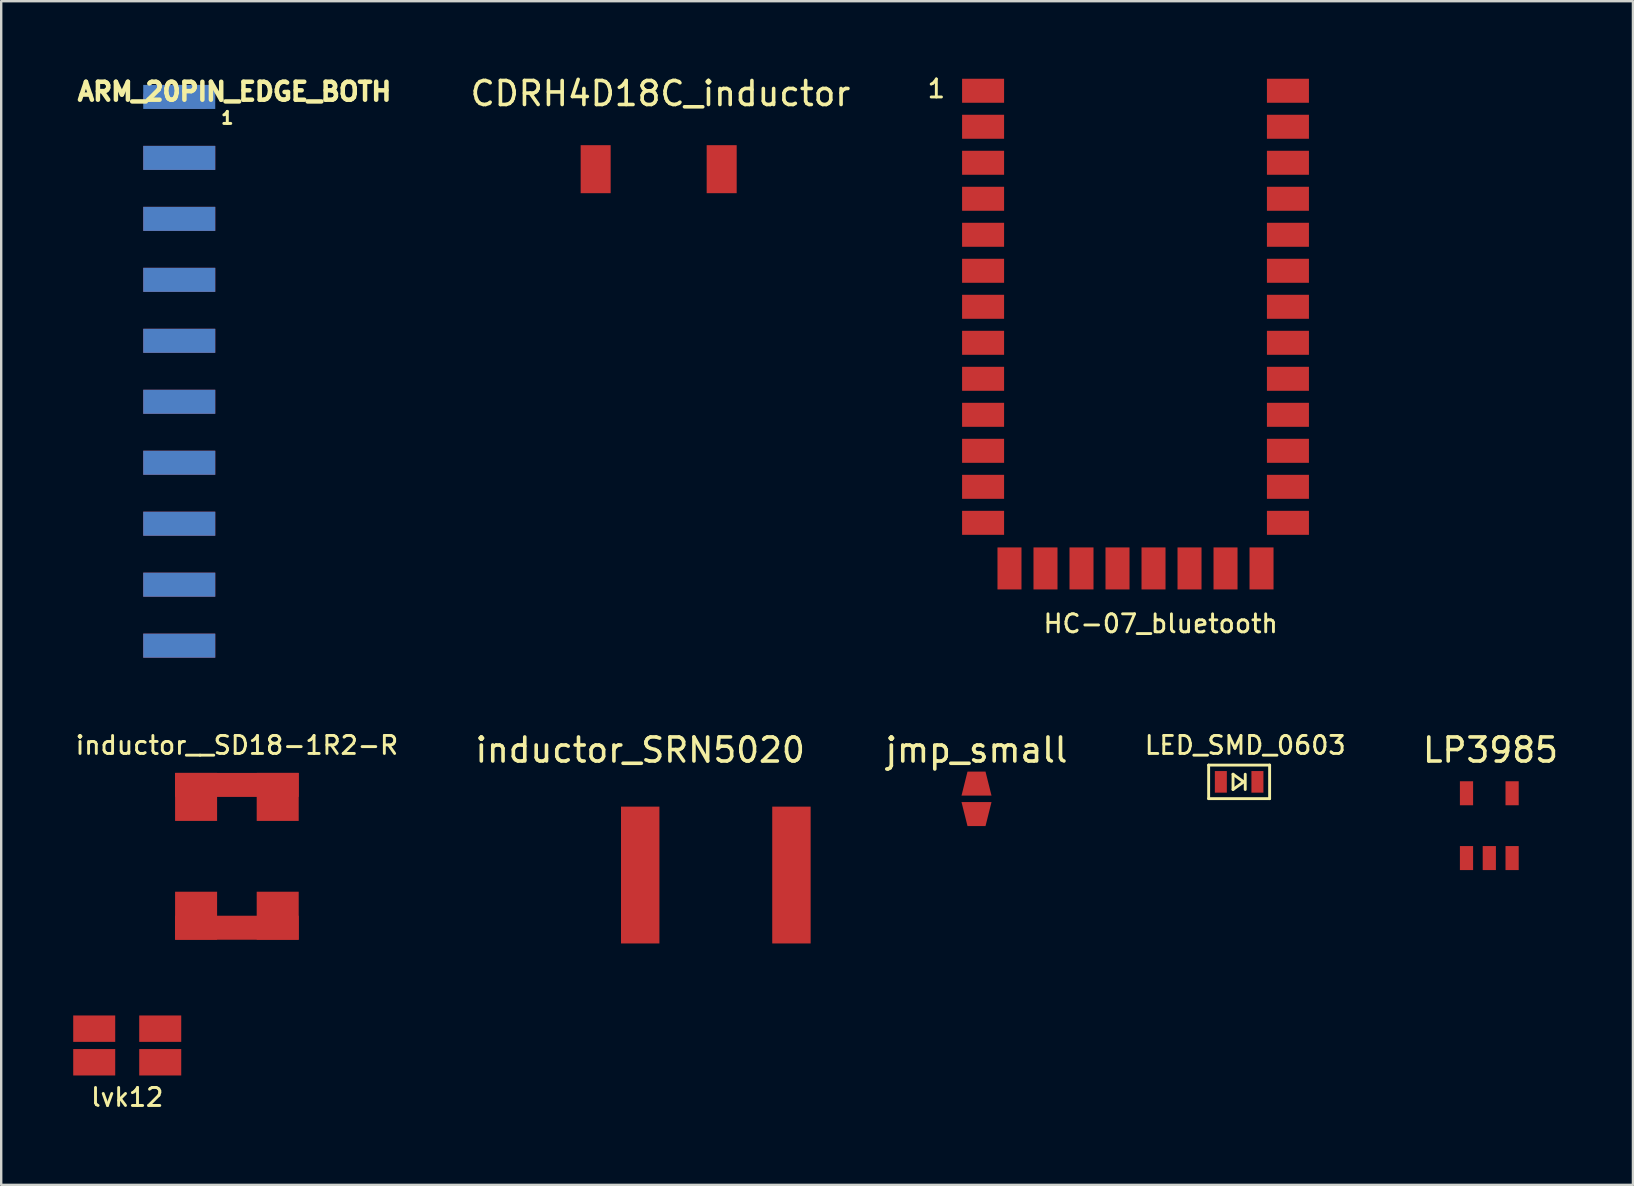
<source format=kicad_pcb>
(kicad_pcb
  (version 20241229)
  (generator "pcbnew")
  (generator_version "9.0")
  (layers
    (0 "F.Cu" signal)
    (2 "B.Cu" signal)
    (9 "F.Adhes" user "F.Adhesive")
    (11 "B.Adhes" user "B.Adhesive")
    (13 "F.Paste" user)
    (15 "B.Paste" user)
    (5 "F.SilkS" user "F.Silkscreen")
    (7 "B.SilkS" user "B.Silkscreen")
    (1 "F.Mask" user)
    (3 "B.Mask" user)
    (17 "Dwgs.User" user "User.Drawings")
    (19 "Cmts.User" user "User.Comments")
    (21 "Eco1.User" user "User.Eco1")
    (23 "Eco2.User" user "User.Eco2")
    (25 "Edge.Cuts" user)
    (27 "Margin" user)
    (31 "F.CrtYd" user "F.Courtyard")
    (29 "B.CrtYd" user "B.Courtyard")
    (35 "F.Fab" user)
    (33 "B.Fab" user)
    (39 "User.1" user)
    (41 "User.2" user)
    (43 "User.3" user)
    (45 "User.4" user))
  (footprint "inductor_SRN5020"
    (layer "F.Cu")
    (at 23.621 33.404)
    (property "Reference" "inductor_SRN5020" (at 0 -5.207 0) (layer "F.SilkS") (effects (font (size 1 1) (thickness 0.15))))
    (attr through_hole)
    (pad "1" smd rect (at 0 0) (size 1.6 5.7) (layers "F.Cu" "F.Mask" "F.Paste"))
    (pad "2" smd rect (at 6.3 0) (size 1.6 5.7) (layers "F.Cu" "F.Mask" "F.Paste")))
  (footprint "HC-07_bluetooth"
    (layer "F.Cu")
    (at 37.905 0.731)
    (property "Reference" "HC-07_bluetooth" (at 7.4 22.2 0) (layer "F.SilkS") (effects (font (size 0.75 0.75) (thickness 0.12))))
    (attr through_hole)
    (fp_text user "1" (at -1.948 -0.082 0) (layer "F.SilkS") (effects (font (size 0.75 0.75) (thickness 0.12))))
    (pad "1" smd rect (at 0 0) (size 1.75 1) (layers "F.Cu" "F.Mask" "F.Paste"))
    (pad "2" smd rect (at 0 1.5) (size 1.75 1) (layers "F.Cu" "F.Mask" "F.Paste"))
    (pad "3" smd rect (at 0 3) (size 1.75 1) (layers "F.Cu" "F.Mask" "F.Paste"))
    (pad "4" smd rect (at 0 4.5) (size 1.75 1) (layers "F.Cu" "F.Mask" "F.Paste"))
    (pad "5" smd rect (at 0 6) (size 1.75 1) (layers "F.Cu" "F.Mask" "F.Paste"))
    (pad "6" smd rect (at 0 7.5) (size 1.75 1) (layers "F.Cu" "F.Mask" "F.Paste"))
    (pad "7" smd rect (at 0 9) (size 1.75 1) (layers "F.Cu" "F.Mask" "F.Paste"))
    (pad "8" smd rect (at 0 10.5) (size 1.75 1) (layers "F.Cu" "F.Mask" "F.Paste"))
    (pad "9" smd rect (at 0 12) (size 1.75 1) (layers "F.Cu" "F.Mask" "F.Paste"))
    (pad "10" smd rect (at 0 13.5) (size 1.75 1) (layers "F.Cu" "F.Mask" "F.Paste"))
    (pad "11" smd rect (at 0 15) (size 1.75 1) (layers "F.Cu" "F.Mask" "F.Paste"))
    (pad "12" smd rect (at 0 16.5) (size 1.75 1) (layers "F.Cu" "F.Mask" "F.Paste"))
    (pad "13" smd rect (at 0 18) (size 1.75 1) (layers "F.Cu" "F.Mask" "F.Paste"))
    (pad "14" smd rect (at 1.1 19.9) (size 1 1.75) (layers "F.Cu" "F.Mask" "F.Paste"))
    (pad "15" smd rect (at 2.6 19.9) (size 1 1.75) (layers "F.Cu" "F.Mask" "F.Paste"))
    (pad "16" smd rect (at 4.1 19.9) (size 1 1.75) (layers "F.Cu" "F.Mask" "F.Paste"))
    (pad "17" smd rect (at 5.6 19.9) (size 1 1.75) (layers "F.Cu" "F.Mask" "F.Paste"))
    (pad "18" smd rect (at 7.1 19.9) (size 1 1.75) (layers "F.Cu" "F.Mask" "F.Paste"))
    (pad "19" smd rect (at 8.6 19.9) (size 1 1.75) (layers "F.Cu" "F.Mask" "F.Paste"))
    (pad "20" smd rect (at 10.1 19.9) (size 1 1.75) (layers "F.Cu" "F.Mask" "F.Paste"))
    (pad "21" smd rect (at 11.6 19.9) (size 1 1.75) (layers "F.Cu" "F.Mask" "F.Paste"))
    (pad "22" smd rect (at 12.7 18) (size 1.75 1) (layers "F.Cu" "F.Mask" "F.Paste"))
    (pad "23" smd rect (at 12.7 16.5) (size 1.75 1) (layers "F.Cu" "F.Mask" "F.Paste"))
    (pad "24" smd rect (at 12.7 15) (size 1.75 1) (layers "F.Cu" "F.Mask" "F.Paste"))
    (pad "25" smd rect (at 12.7 13.5) (size 1.75 1) (layers "F.Cu" "F.Mask" "F.Paste"))
    (pad "26" smd rect (at 12.7 12) (size 1.75 1) (layers "F.Cu" "F.Mask" "F.Paste"))
    (pad "27" smd rect (at 12.7 10.5) (size 1.75 1) (layers "F.Cu" "F.Mask" "F.Paste"))
    (pad "28" smd rect (at 12.7 9) (size 1.75 1) (layers "F.Cu" "F.Mask" "F.Paste"))
    (pad "29" smd rect (at 12.7 7.5) (size 1.75 1) (layers "F.Cu" "F.Mask" "F.Paste"))
    (pad "30" smd rect (at 12.7 6) (size 1.75 1) (layers "F.Cu" "F.Mask" "F.Paste"))
    (pad "31" smd rect (at 12.7 4.5) (size 1.75 1) (layers "F.Cu" "F.Mask" "F.Paste"))
    (pad "32" smd rect (at 12.7 3) (size 1.75 1) (layers "F.Cu" "F.Mask" "F.Paste"))
    (pad "33" smd rect (at 12.7 1.5) (size 1.75 1) (layers "F.Cu" "F.Mask" "F.Paste"))
    (pad "34" smd rect (at 12.7 0) (size 1.75 1) (layers "F.Cu" "F.Mask" "F.Paste")))
  (footprint "jmp_small"
    (layer "F.Cu")
    (at 37.631 30.229)
    (property "Reference" "jmp_small" (at 0 -2.032 0) (layer "F.SilkS") (effects (font (size 1 1) (thickness 0.15))))
    (attr through_hole)
    (pad "1" smd trapezoid (at 0 -0.635) (size 1 1) (rect_delta 0 0.25) (layers "F.Cu" "F.Mask" "F.Paste"))
    (pad "2" smd trapezoid (at 0 0.635) (size 1 1) (rect_delta 0 -0.25) (layers "F.Cu" "F.Mask" "F.Paste")))
  (footprint "LED_SMD_0603"
    (layer "F.Cu")
    (at 49.334 29.522)
    (property "Reference" "LED_SMD_0603" (at -0.508 -1.524 0) (layer "F.SilkS") (effects (font (size 0.75 0.75) (thickness 0.12))))
    (attr through_hole)
    (fp_line (start -2.032 -0.699) (end -2.032 0.699) (stroke (width 0.12) (type solid)) (layer "F.SilkS"))
    (fp_line (start -2.032 0.699) (end 0.508 0.699) (stroke (width 0.12) (type solid)) (layer "F.SilkS"))
    (fp_line (start -1.016 -0.318) (end -1.016 0.318) (stroke (width 0.12) (type solid)) (layer "F.SilkS"))
    (fp_line (start -1.016 0.318) (end -0.572 0) (stroke (width 0.12) (type solid)) (layer "F.SilkS"))
    (fp_line (start -0.572 0) (end -1.016 -0.318) (stroke (width 0.12) (type solid)) (layer "F.SilkS"))
    (fp_line (start -0.508 -0.318) (end -0.508 0.318) (stroke (width 0.12) (type solid)) (layer "F.SilkS"))
    (fp_line (start 0.508 -0.699) (end -2.032 -0.699) (stroke (width 0.12) (type solid)) (layer "F.SilkS"))
    (fp_line (start 0.508 -0.699) (end 0.508 0.699) (stroke (width 0.12) (type solid)) (layer "F.SilkS"))
    (pad "1" smd rect (at -1.524 0) (size 0.5 0.9) (layers "F.Cu" "F.Mask" "F.Paste"))
    (pad "2" smd rect (at 0 0) (size 0.5 0.9) (layers "F.Cu" "F.Mask" "F.Paste")))
  (footprint "CDRH4D18C_inductor"
    (layer "F.Cu")
    (at 21.765 3.998)
    (property "Reference" "CDRH4D18C_inductor" (at 2.7 -3.15 0) (layer "F.SilkS") (effects (font (size 1 1) (thickness 0.15))))
    (attr through_hole)
    (pad "1" smd rect (at 0 0) (size 1.25 2) (layers "F.Cu" "F.Mask" "F.Paste"))
    (pad "2" smd rect (at 5.25 0) (size 1.25 2) (layers "F.Cu" "F.Mask" "F.Paste")))
  (footprint "ARM_20PIN_EDGE_BOTH"
    (layer "F.Cu")
    (at 4.417 6.068)
    (property "Reference" "ARM_20PIN_EDGE_BOTH" (at 2.301 -5.301 0) (layer "F.SilkS") (effects (font (size 0.749 0.749) (thickness 0.188))))
    (attr through_hole)
    (fp_text user "1" (at 2.002 -4.201 0) (layer "F.SilkS") (effects (font (size 0.5 0.5) (thickness 0.124))))
    (pad "1" smd oval (at 0 -5.08) (size 3 1.001) (layers "F.Cu" "F.Mask" "F.Paste"))
    (pad "2" smd rect (at 0 -5.08) (size 3 1.001) (layers "B.Cu" "B.Mask" "B.Paste"))
    (pad "3" smd rect (at 0 -2.54) (size 3 1.001) (layers "F.Cu" "F.Mask" "F.Paste"))
    (pad "4" smd rect (at 0 -2.54) (size 3 1.001) (layers "B.Cu" "B.Mask" "B.Paste"))
    (pad "5" smd rect (at 0 0) (size 3 1.001) (layers "F.Cu" "F.Mask" "F.Paste"))
    (pad "6" smd rect (at 0 0) (size 3 1.001) (layers "B.Cu" "B.Mask" "B.Paste"))
    (pad "7" smd rect (at 0 2.54) (size 3 1.001) (layers "F.Cu" "F.Mask" "F.Paste"))
    (pad "8" smd rect (at 0 2.54) (size 3 1.001) (layers "B.Cu" "B.Mask" "B.Paste"))
    (pad "9" smd rect (at 0 5.08) (size 3 1.001) (layers "F.Cu" "F.Mask" "F.Paste"))
    (pad "10" smd rect (at 0 5.08) (size 3 1.001) (layers "B.Cu" "B.Mask" "B.Paste"))
    (pad "11" smd rect (at 0 7.62) (size 3 1.001) (layers "F.Cu" "F.Mask" "F.Paste"))
    (pad "12" smd rect (at 0 7.62) (size 3 1.001) (layers "B.Cu" "B.Mask" "B.Paste"))
    (pad "13" smd rect (at 0 10.16) (size 3 1.001) (layers "F.Cu" "F.Mask" "F.Paste"))
    (pad "14" smd rect (at 0 10.16) (size 3 1.001) (layers "B.Cu" "B.Mask" "B.Paste"))
    (pad "15" smd rect (at 0 12.7) (size 3 1.001) (layers "F.Cu" "F.Mask" "F.Paste"))
    (pad "16" smd rect (at 0 12.7) (size 3 1.001) (layers "B.Cu" "B.Mask" "B.Paste"))
    (pad "17" smd rect (at 0 15.24) (size 3 1.001) (layers "F.Cu" "F.Mask" "F.Paste"))
    (pad "18" smd rect (at 0 15.24) (size 3 1.001) (layers "B.Cu" "B.Mask" "B.Paste"))
    (pad "19" smd rect (at 0 17.78) (size 3 1.001) (layers "F.Cu" "F.Mask" "F.Paste"))
    (pad "20" smd rect (at 0 17.78) (size 3 1.001) (layers "B.Cu" "B.Mask" "B.Paste")))
  (footprint "LP3985"
    (layer "F.Cu")
    (at 58.044 32.697)
    (property "Reference" "LP3985" (at 1 -4.5 0) (layer "F.SilkS") (effects (font (size 1 1) (thickness 0.15))))
    (attr through_hole)
    (pad "1" smd rect (at 0 0) (size 0.55 1) (layers "F.Cu" "F.Mask" "F.Paste"))
    (pad "2" smd rect (at 0.95 0) (size 0.55 1) (layers "F.Cu" "F.Mask" "F.Paste"))
    (pad "3" smd rect (at 1.9 0) (size 0.55 1) (layers "F.Cu" "F.Mask" "F.Paste"))
    (pad "4" smd rect (at 1.9 -2.7) (size 0.55 1) (layers "F.Cu" "F.Mask" "F.Paste"))
    (pad "5" smd rect (at 0 -2.7) (size 0.55 1) (layers "F.Cu" "F.Mask" "F.Paste")))
  (footprint "lvk12"
    (layer "F.Cu")
    (at 2.25 40.504)
    (property "Reference" "lvk12" (at 0 2.159 0) (layer "F.SilkS") (effects (font (size 0.75 0.75) (thickness 0.12))))
    (attr through_hole)
    (pad "1" smd rect (at -1.375 -0.7) (size 1.75 1.1) (layers "F.Cu" "F.Mask" "F.Paste"))
    (pad "2" smd rect (at -1.375 0.7) (size 1.75 1.1) (layers "F.Cu" "F.Mask" "F.Paste"))
    (pad "3" smd rect (at 1.375 0.7) (size 1.75 1.1) (layers "F.Cu" "F.Mask" "F.Paste"))
    (pad "4" smd rect (at 1.375 -0.7) (size 1.75 1.1) (layers "F.Cu" "F.Mask" "F.Paste")))
  (footprint "inductor__SD18-1R2-R"
    (layer "F.Cu")
    (at 6.819 29.649)
    (property "Reference" "inductor__SD18-1R2-R" (at 0 -1.651 0) (layer "F.SilkS") (effects (font (size 0.75 0.75) (thickness 0.12))))
    (attr through_hole)
    (pad "1" smd rect (at -2.575 0) (size 1.75 2) (drill (offset 0.875 0.5)) (layers "F.Cu" "F.Mask" "F.Paste"))
    (pad "1" smd rect (at 0 0) (size 5.15 1) (layers "F.Cu" "F.Mask" "F.Paste"))
    (pad "1" smd rect (at 2.575 0) (size 1.75 2) (drill (offset -0.875 0.5)) (layers "F.Cu" "F.Mask" "F.Paste"))
    (pad "2" smd rect (at -2.575 5.95) (size 1.75 2) (drill (offset 0.875 -0.5)) (layers "F.Cu" "F.Mask" "F.Paste"))
    (pad "2" smd rect (at 0 5.95) (size 5.15 1) (layers "F.Cu" "F.Mask" "F.Paste"))
    (pad "2" smd rect (at 2.575 5.95) (size 1.75 2) (drill (offset -0.875 -0.5)) (layers "F.Cu" "F.Mask" "F.Paste")))
  (gr_rect
    (start -3 -3)
    (end 64.978 46.312)
    (stroke (width 0.1) (type default))
    (fill no)
    (layer "Edge.Cuts")))
</source>
